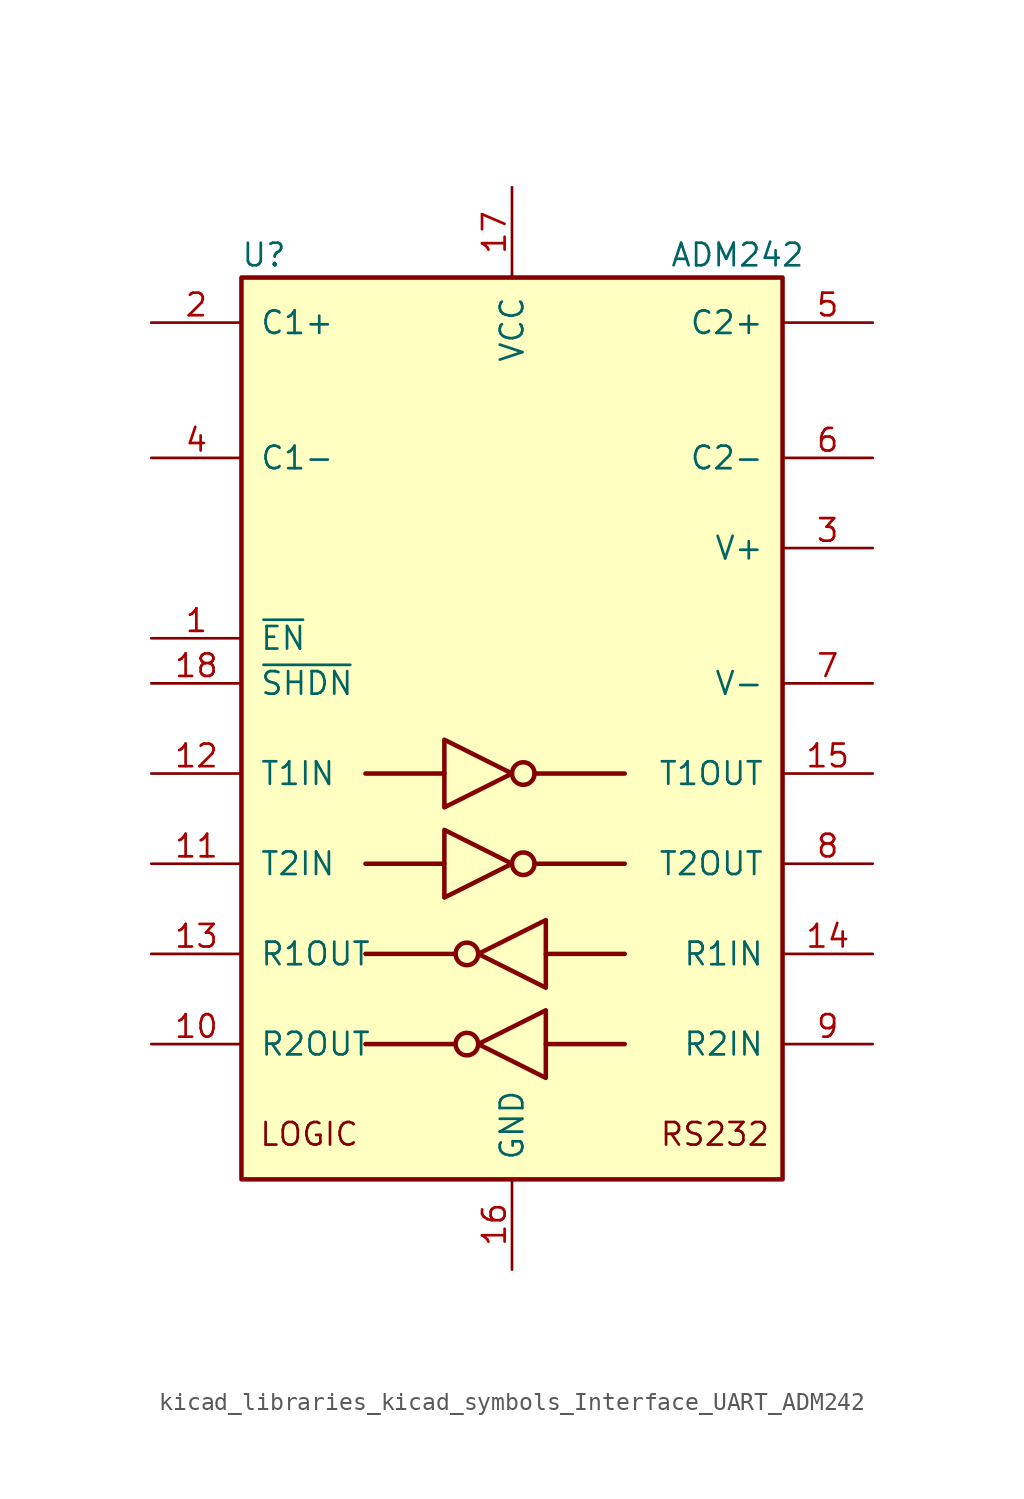
<source format=kicad_sym>
(kicad_symbol_lib
  (version 20220914)
  (generator kicad_symbol_editor)
  (symbol "kicad_libraries_kicad_symbols_Interface_UART_ADM242"
    (pin_names
      (offset 1.016))
    (property "Reference" "U"
      (at -13.97 26.67 0)
      (effects (font (size 1.27 1.27))))
    (property "Value" "ADM242"
      (at 12.7 26.67 0)
      (effects (font (size 1.27 1.27))))
    (symbol "kicad_libraries_kicad_symbols_Interface_UART_ADM242_0_0"
      (text "LOGIC" (at -11.43 -22.86 0) (effects (font (size 1.27 1.27))))
      (text "RS232" (at 11.43 -22.86 0) (effects (font (size 1.27 1.27)))))
    (symbol "kicad_libraries_kicad_symbols_Interface_UART_ADM242_0_1"
      (rectangle (start -15.24 -25.4) (end 15.24 25.4) (stroke (width 0.254) (type default)) (fill (type background)))
      (circle (center -2.54 -17.78) (radius 0.635) (stroke (width 0.254) (type default)) (fill (type none)))
      (circle (center -2.54 -12.7) (radius 0.635) (stroke (width 0.254) (type default)) (fill (type none)))
      (polyline (pts (xy -3.81 -7.62) (xy -8.255 -7.62)) (stroke (width 0.254) (type default)) (fill (type none)))
      (polyline (pts (xy -3.81 -2.54) (xy -8.255 -2.54)) (stroke (width 0.254) (type default)) (fill (type none)))
      (polyline (pts (xy -3.175 -17.78) (xy -8.255 -17.78)) (stroke (width 0.254) (type default)) (fill (type none)))
      (polyline (pts (xy -3.175 -12.7) (xy -8.255 -12.7)) (stroke (width 0.254) (type default)) (fill (type none)))
      (polyline (pts (xy 1.27 -7.62) (xy 6.35 -7.62)) (stroke (width 0.254) (type default)) (fill (type none)))
      (polyline (pts (xy 1.27 -2.54) (xy 6.35 -2.54)) (stroke (width 0.254) (type default)) (fill (type none)))
      (polyline (pts (xy 1.905 -17.78) (xy 6.35 -17.78)) (stroke (width 0.254) (type default)) (fill (type none)))
      (polyline (pts (xy 1.905 -12.7) (xy 6.35 -12.7)) (stroke (width 0.254) (type default)) (fill (type none)))
      (polyline (pts (xy -3.81 -5.715) (xy -3.81 -9.525) (xy 0 -7.62) (xy -3.81 -5.715)) (stroke (width 0.254) (type default)) (fill (type none)))
      (polyline (pts (xy -3.81 -0.635) (xy -3.81 -4.445) (xy 0 -2.54) (xy -3.81 -0.635)) (stroke (width 0.254) (type default)) (fill (type none)))
      (polyline (pts (xy 1.905 -15.875) (xy 1.905 -19.685) (xy -1.905 -17.78) (xy 1.905 -15.875)) (stroke (width 0.254) (type default)) (fill (type none)))
      (polyline (pts (xy 1.905 -10.795) (xy 1.905 -14.605) (xy -1.905 -12.7) (xy 1.905 -10.795)) (stroke (width 0.254) (type default)) (fill (type none)))
      (circle (center 0.635 -7.62) (radius 0.635) (stroke (width 0.254) (type default)) (fill (type none)))
      (circle (center 0.635 -2.54) (radius 0.635) (stroke (width 0.254) (type default)) (fill (type none))))
    (symbol "kicad_libraries_kicad_symbols_Interface_UART_ADM242_1_1"
      (pin input line (at -20.32 5.08 0) (length 5.08) (name "~{EN}" (effects (font (size 1.27 1.27)))) (number "1" (effects (font (size 1.27 1.27)))))
      (pin output line (at -20.32 -17.78 0) (length 5.08) (name "R2OUT" (effects (font (size 1.27 1.27)))) (number "10" (effects (font (size 1.27 1.27)))))
      (pin input line (at -20.32 -7.62 0) (length 5.08) (name "T2IN" (effects (font (size 1.27 1.27)))) (number "11" (effects (font (size 1.27 1.27)))))
      (pin input line (at -20.32 -2.54 0) (length 5.08) (name "T1IN" (effects (font (size 1.27 1.27)))) (number "12" (effects (font (size 1.27 1.27)))))
      (pin output line (at -20.32 -12.7 0) (length 5.08) (name "R1OUT" (effects (font (size 1.27 1.27)))) (number "13" (effects (font (size 1.27 1.27)))))
      (pin input line (at 20.32 -12.7 180) (length 5.08) (name "R1IN" (effects (font (size 1.27 1.27)))) (number "14" (effects (font (size 1.27 1.27)))))
      (pin output line (at 20.32 -2.54 180) (length 5.08) (name "T1OUT" (effects (font (size 1.27 1.27)))) (number "15" (effects (font (size 1.27 1.27)))))
      (pin power_in line (at 0 -30.48 90) (length 5.08) (name "GND" (effects (font (size 1.27 1.27)))) (number "16" (effects (font (size 1.27 1.27)))))
      (pin power_in line (at 0 30.48 270) (length 5.08) (name "VCC" (effects (font (size 1.27 1.27)))) (number "17" (effects (font (size 1.27 1.27)))))
      (pin input line (at -20.32 2.54 0) (length 5.08) (name "~{SHDN}" (effects (font (size 1.27 1.27)))) (number "18" (effects (font (size 1.27 1.27)))))
      (pin passive line (at -20.32 22.86 0) (length 5.08) (name "C1+" (effects (font (size 1.27 1.27)))) (number "2" (effects (font (size 1.27 1.27)))))
      (pin power_out line (at 20.32 10.16 180) (length 5.08) (name "V+" (effects (font (size 1.27 1.27)))) (number "3" (effects (font (size 1.27 1.27)))))
      (pin passive line (at -20.32 15.24 0) (length 5.08) (name "C1-" (effects (font (size 1.27 1.27)))) (number "4" (effects (font (size 1.27 1.27)))))
      (pin passive line (at 20.32 22.86 180) (length 5.08) (name "C2+" (effects (font (size 1.27 1.27)))) (number "5" (effects (font (size 1.27 1.27)))))
      (pin passive line (at 20.32 15.24 180) (length 5.08) (name "C2-" (effects (font (size 1.27 1.27)))) (number "6" (effects (font (size 1.27 1.27)))))
      (pin power_out line (at 20.32 2.54 180) (length 5.08) (name "V-" (effects (font (size 1.27 1.27)))) (number "7" (effects (font (size 1.27 1.27)))))
      (pin output line (at 20.32 -7.62 180) (length 5.08) (name "T2OUT" (effects (font (size 1.27 1.27)))) (number "8" (effects (font (size 1.27 1.27)))))
      (pin input line (at 20.32 -17.78 180) (length 5.08) (name "R2IN" (effects (font (size 1.27 1.27)))) (number "9" (effects (font (size 1.27 1.27))))))))
</source>
